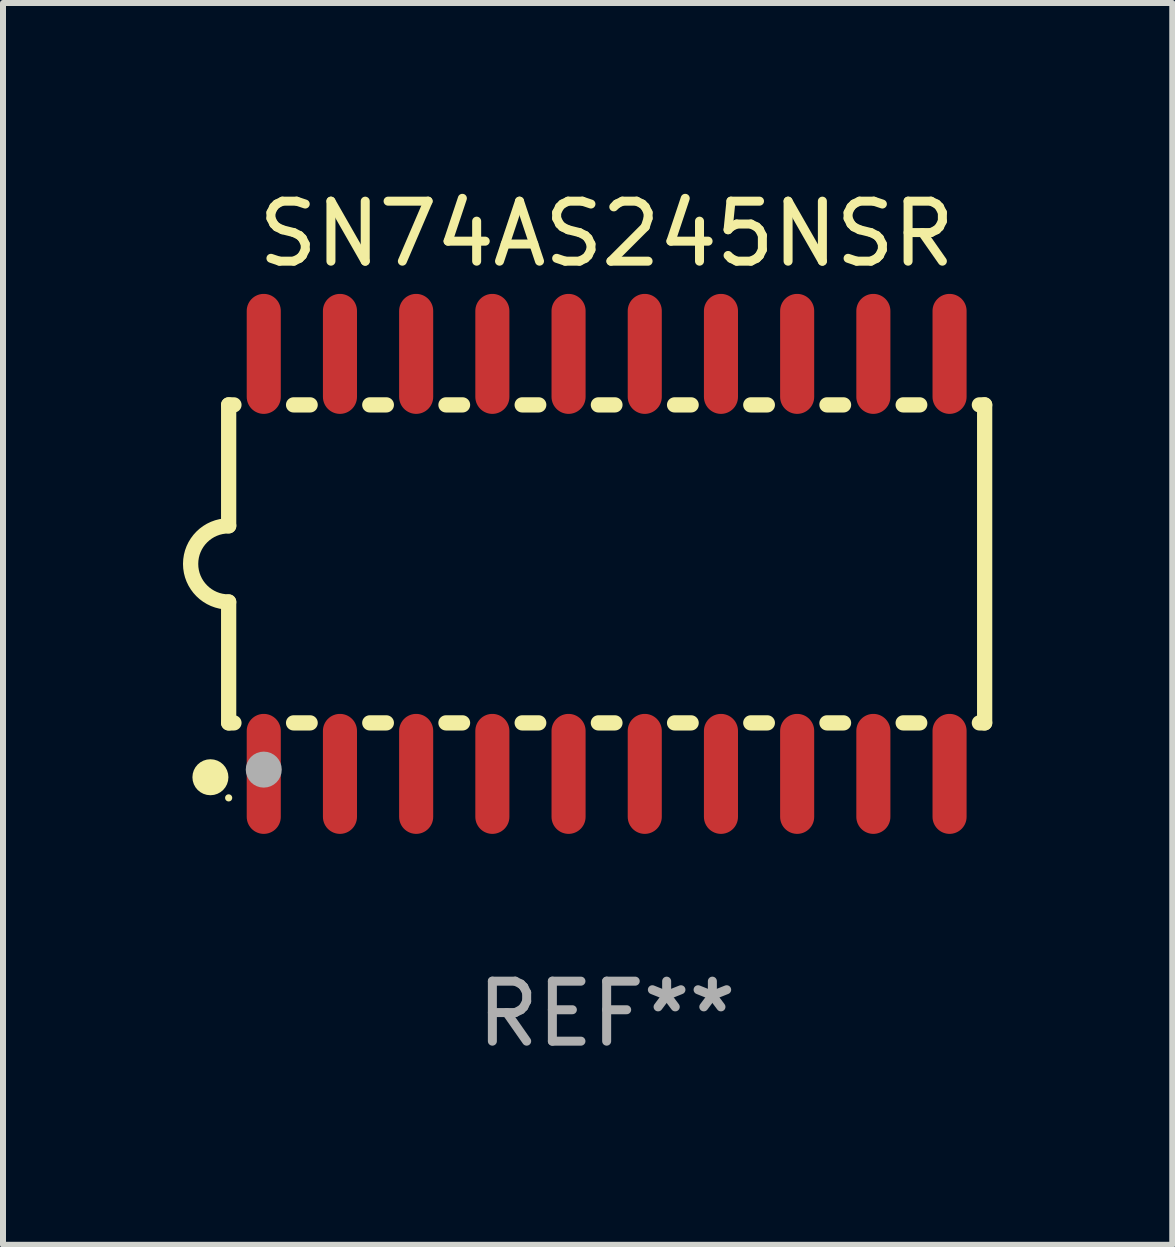
<source format=kicad_pcb>
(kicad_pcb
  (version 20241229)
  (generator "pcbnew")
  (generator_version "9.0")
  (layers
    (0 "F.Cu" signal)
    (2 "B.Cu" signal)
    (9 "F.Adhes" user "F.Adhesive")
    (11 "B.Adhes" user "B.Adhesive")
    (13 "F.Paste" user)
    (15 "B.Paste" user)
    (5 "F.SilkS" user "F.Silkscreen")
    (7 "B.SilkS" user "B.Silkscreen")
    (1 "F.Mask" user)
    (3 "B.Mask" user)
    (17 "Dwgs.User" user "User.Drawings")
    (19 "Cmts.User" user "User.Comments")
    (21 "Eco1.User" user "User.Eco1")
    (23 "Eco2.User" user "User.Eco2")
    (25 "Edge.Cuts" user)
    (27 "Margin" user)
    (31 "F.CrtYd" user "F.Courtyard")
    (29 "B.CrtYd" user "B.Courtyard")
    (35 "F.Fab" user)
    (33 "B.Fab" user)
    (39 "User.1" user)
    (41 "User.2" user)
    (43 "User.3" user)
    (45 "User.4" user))
  (footprint "SN74AS245NSR"
    (layer "F.Cu")
    (at 7.061 6.348)
    (property "Reference" "SN74AS245NSR" (at 0 -5.5 0) (layer "F.SilkS") (effects (font (size 1 1) (thickness 0.15))))
    (attr through_hole)
    (fp_line (start -6.3 -2.65) (end -6.3 -0.635) (stroke (width 0.254) (type solid)) (layer "F.SilkS"))
    (fp_line (start -6.3 -2.65) (end -6.212 -2.65) (stroke (width 0.254) (type solid)) (layer "F.SilkS"))
    (fp_line (start -6.3 2.65) (end -6.3 0.635) (stroke (width 0.254) (type solid)) (layer "F.SilkS"))
    (fp_line (start -6.3 2.65) (end -6.212 2.65) (stroke (width 0.254) (type solid)) (layer "F.SilkS"))
    (fp_line (start -5.218 -2.65) (end -4.942 -2.65) (stroke (width 0.254) (type solid)) (layer "F.SilkS"))
    (fp_line (start -5.218 2.65) (end -4.942 2.65) (stroke (width 0.254) (type solid)) (layer "F.SilkS"))
    (fp_line (start -3.948 -2.65) (end -3.672 -2.65) (stroke (width 0.254) (type solid)) (layer "F.SilkS"))
    (fp_line (start -3.948 2.65) (end -3.672 2.65) (stroke (width 0.254) (type solid)) (layer "F.SilkS"))
    (fp_line (start -2.678 -2.65) (end -2.402 -2.65) (stroke (width 0.254) (type solid)) (layer "F.SilkS"))
    (fp_line (start -2.678 2.65) (end -2.402 2.65) (stroke (width 0.254) (type solid)) (layer "F.SilkS"))
    (fp_line (start -1.408 -2.65) (end -1.132 -2.65) (stroke (width 0.254) (type solid)) (layer "F.SilkS"))
    (fp_line (start -1.408 2.65) (end -1.132 2.65) (stroke (width 0.254) (type solid)) (layer "F.SilkS"))
    (fp_line (start -0.138 -2.65) (end 0.138 -2.65) (stroke (width 0.254) (type solid)) (layer "F.SilkS"))
    (fp_line (start -0.138 2.65) (end 0.138 2.65) (stroke (width 0.254) (type solid)) (layer "F.SilkS"))
    (fp_line (start 1.132 -2.65) (end 1.408 -2.65) (stroke (width 0.254) (type solid)) (layer "F.SilkS"))
    (fp_line (start 1.132 2.65) (end 1.408 2.65) (stroke (width 0.254) (type solid)) (layer "F.SilkS"))
    (fp_line (start 2.402 -2.65) (end 2.678 -2.65) (stroke (width 0.254) (type solid)) (layer "F.SilkS"))
    (fp_line (start 2.402 2.65) (end 2.678 2.65) (stroke (width 0.254) (type solid)) (layer "F.SilkS"))
    (fp_line (start 3.672 -2.65) (end 3.948 -2.65) (stroke (width 0.254) (type solid)) (layer "F.SilkS"))
    (fp_line (start 3.672 2.65) (end 3.948 2.65) (stroke (width 0.254) (type solid)) (layer "F.SilkS"))
    (fp_line (start 4.942 -2.65) (end 5.218 -2.65) (stroke (width 0.254) (type solid)) (layer "F.SilkS"))
    (fp_line (start 4.942 2.65) (end 5.218 2.65) (stroke (width 0.254) (type solid)) (layer "F.SilkS"))
    (fp_line (start 6.212 -2.65) (end 6.3 -2.65) (stroke (width 0.254) (type solid)) (layer "F.SilkS"))
    (fp_line (start 6.212 2.65) (end 6.3 2.65) (stroke (width 0.254) (type solid)) (layer "F.SilkS"))
    (fp_line (start 6.3 -2.65) (end 6.3 2.65) (stroke (width 0.254) (type solid)) (layer "F.SilkS"))
    (fp_arc (start -6.299975 0.634874) (mid -6.933579 0.000127) (end -6.299213 -0.633858) (stroke (width 0.254001) (type solid)) (layer "F.SilkS"))
    (fp_circle (center -6.604 3.556) (end -6.454 3.556) (stroke (width 0.3) (type solid)) (fill no) (layer "F.SilkS"))
    (fp_circle (center -6.3 3.9) (end -6.27 3.9) (stroke (width 0.06) (type solid)) (fill no) (layer "F.SilkS"))
    (fp_circle (center -5.715 3.429) (end -5.565 3.429) (stroke (width 0.3) (type solid)) (fill no) (layer "F.Fab"))
    (fp_text user "REF**" (at 0 7.5 0) (layer "F.Fab") (effects (font (size 1 1) (thickness 0.15))))
    (pad "1" smd oval (at -5.715 3.5) (size 0.568 2) (layers "F.Cu" "F.Mask" "F.Paste"))
    (pad "2" smd oval (at -4.445 3.5) (size 0.568 2) (layers "F.Cu" "F.Mask" "F.Paste"))
    (pad "3" smd oval (at -3.175 3.5) (size 0.568 2) (layers "F.Cu" "F.Mask" "F.Paste"))
    (pad "4" smd oval (at -1.905 3.5) (size 0.568 2) (layers "F.Cu" "F.Mask" "F.Paste"))
    (pad "5" smd oval (at -0.635 3.5) (size 0.568 2) (layers "F.Cu" "F.Mask" "F.Paste"))
    (pad "6" smd oval (at 0.635 3.5) (size 0.568 2) (layers "F.Cu" "F.Mask" "F.Paste"))
    (pad "7" smd oval (at 1.905 3.5) (size 0.568 2) (layers "F.Cu" "F.Mask" "F.Paste"))
    (pad "8" smd oval (at 3.175 3.5) (size 0.568 2) (layers "F.Cu" "F.Mask" "F.Paste"))
    (pad "9" smd oval (at 4.445 3.5) (size 0.568 2) (layers "F.Cu" "F.Mask" "F.Paste"))
    (pad "10" smd oval (at 5.715 3.5) (size 0.568 2) (layers "F.Cu" "F.Mask" "F.Paste"))
    (pad "11" smd oval (at 5.715 -3.5) (size 0.568 2) (layers "F.Cu" "F.Mask" "F.Paste"))
    (pad "12" smd oval (at 4.445 -3.5) (size 0.568 2) (layers "F.Cu" "F.Mask" "F.Paste"))
    (pad "13" smd oval (at 3.175 -3.5) (size 0.568 2) (layers "F.Cu" "F.Mask" "F.Paste"))
    (pad "14" smd oval (at 1.905 -3.5) (size 0.568 2) (layers "F.Cu" "F.Mask" "F.Paste"))
    (pad "15" smd oval (at 0.635 -3.5) (size 0.568 2) (layers "F.Cu" "F.Mask" "F.Paste"))
    (pad "16" smd oval (at -0.635 -3.5) (size 0.568 2) (layers "F.Cu" "F.Mask" "F.Paste"))
    (pad "17" smd oval (at -1.905 -3.5) (size 0.568 2) (layers "F.Cu" "F.Mask" "F.Paste"))
    (pad "18" smd oval (at -3.175 -3.5) (size 0.568 2) (layers "F.Cu" "F.Mask" "F.Paste"))
    (pad "19" smd oval (at -4.445 -3.5) (size 0.568 2) (layers "F.Cu" "F.Mask" "F.Paste"))
    (pad "20" smd oval (at -5.715 -3.5) (size 0.568 2) (layers "F.Cu" "F.Mask" "F.Paste")))
  (gr_rect
    (start -3 -3)
    (end 16.488 17.697)
    (stroke (width 0.1) (type default))
    (fill no)
    (layer "Edge.Cuts")))
</source>
